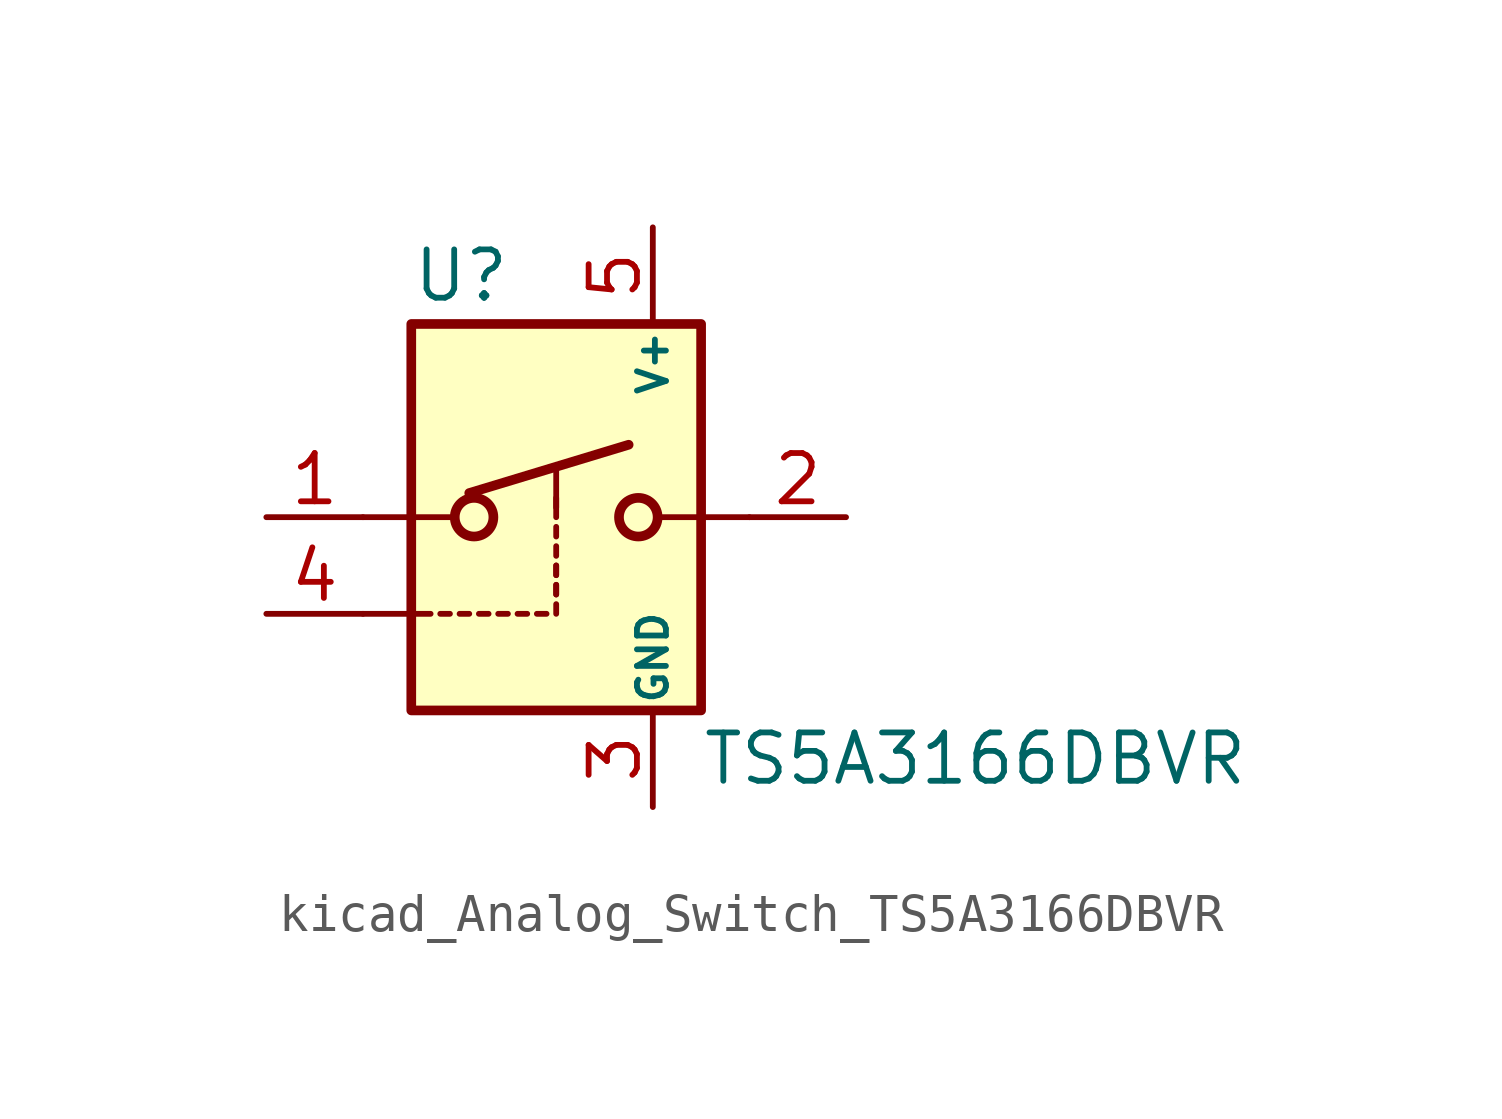
<source format=kicad_sym>
(kicad_symbol_lib
  (version 20220914)
  (generator kicad_symbol_editor)
  (symbol "kicad_Analog_Switch_TS5A3166DBVR"
    (pin_names
      (offset 0.127))
    (property "Reference" "U"
      (at -3.81 6.35 0)
      (effects (font (size 1.27 1.27)) (justify left)))
    (property "Value" "TS5A3166DBVR"
      (at 3.81 -6.35 0)
      (effects (font (size 1.27 1.27)) (justify left)))
    (symbol "kicad_Analog_Switch_TS5A3166DBVR_0_1"
      (polyline (pts (xy -5.08 -2.54) (xy -3.302 -2.54)) (stroke (width 0) (type default)) (fill (type none)))
      (polyline (pts (xy -3.048 -2.54) (xy -2.794 -2.54)) (stroke (width 0) (type default)) (fill (type none)))
      (polyline (pts (xy -2.54 -2.54) (xy -2.286 -2.54)) (stroke (width 0) (type default)) (fill (type none)))
      (polyline (pts (xy -2.032 -2.54) (xy -1.778 -2.54)) (stroke (width 0) (type default)) (fill (type none)))
      (polyline (pts (xy -1.524 -2.54) (xy -1.27 -2.54)) (stroke (width 0) (type default)) (fill (type none)))
      (polyline (pts (xy -1.016 -2.54) (xy -0.762 -2.54)) (stroke (width 0) (type default)) (fill (type none)))
      (polyline (pts (xy -0.508 -2.54) (xy -0.254 -2.54)) (stroke (width 0) (type default)) (fill (type none)))
      (polyline (pts (xy 0 -2.032) (xy 0 -1.778)) (stroke (width 0) (type default)) (fill (type none)))
      (polyline (pts (xy 0 -1.524) (xy 0 -1.27)) (stroke (width 0) (type default)) (fill (type none))))
    (symbol "kicad_Analog_Switch_TS5A3166DBVR_1_1"
      (rectangle (start -3.81 5.08) (end 3.81 -5.08) (stroke (width 0.254) (type default)) (fill (type background)))
      (circle (center -2.159 0) (radius 0.508) (stroke (width 0.254) (type default)) (fill (type none)))
      (polyline (pts (xy -5.08 0) (xy -2.794 0)) (stroke (width 0) (type default)) (fill (type none)))
      (polyline (pts (xy -2.286 0.635) (xy 1.905 1.905)) (stroke (width 0.254) (type default)) (fill (type none)))
      (polyline (pts (xy 0 -2.54) (xy 0 -2.286)) (stroke (width 0) (type default)) (fill (type none)))
      (polyline (pts (xy 0 -2.032) (xy 0 -1.778)) (stroke (width 0) (type default)) (fill (type none)))
      (polyline (pts (xy 0 -1.524) (xy 0 -1.27)) (stroke (width 0) (type default)) (fill (type none)))
      (polyline (pts (xy 0 -1.016) (xy 0 -0.762)) (stroke (width 0) (type default)) (fill (type none)))
      (polyline (pts (xy 0 -0.508) (xy 0 -0.254)) (stroke (width 0) (type default)) (fill (type none)))
      (polyline (pts (xy 0 0) (xy 0 0.508)) (stroke (width 0) (type default)) (fill (type none)))
      (polyline (pts (xy 0 0.254) (xy 0 1.27)) (stroke (width 0) (type default)) (fill (type none)))
      (polyline (pts (xy 5.08 0) (xy 2.794 0)) (stroke (width 0) (type default)) (fill (type none)))
      (circle (center 2.159 0) (radius 0.508) (stroke (width 0.254) (type default)) (fill (type none)))
      (pin passive line (at -7.62 0 0) (length 2.54) (name "~" (effects (font (size 1.27 1.27)))) (number "1" (effects (font (size 1.27 1.27)))))
      (pin passive line (at 7.62 0 180) (length 2.54) (name "~" (effects (font (size 1.27 1.27)))) (number "2" (effects (font (size 1.27 1.27)))))
      (pin power_in line (at 2.54 -7.62 90) (length 2.54) (name "GND" (effects (font (size 0.762 0.762)))) (number "3" (effects (font (size 1.27 1.27)))))
      (pin input line (at -7.62 -2.54 0) (length 2.54) (name "~" (effects (font (size 1.27 1.27)))) (number "4" (effects (font (size 1.27 1.27)))))
      (pin power_in line (at 2.54 7.62 270) (length 2.54) (name "V+" (effects (font (size 0.762 0.762)))) (number "5" (effects (font (size 1.27 1.27))))))))
</source>
